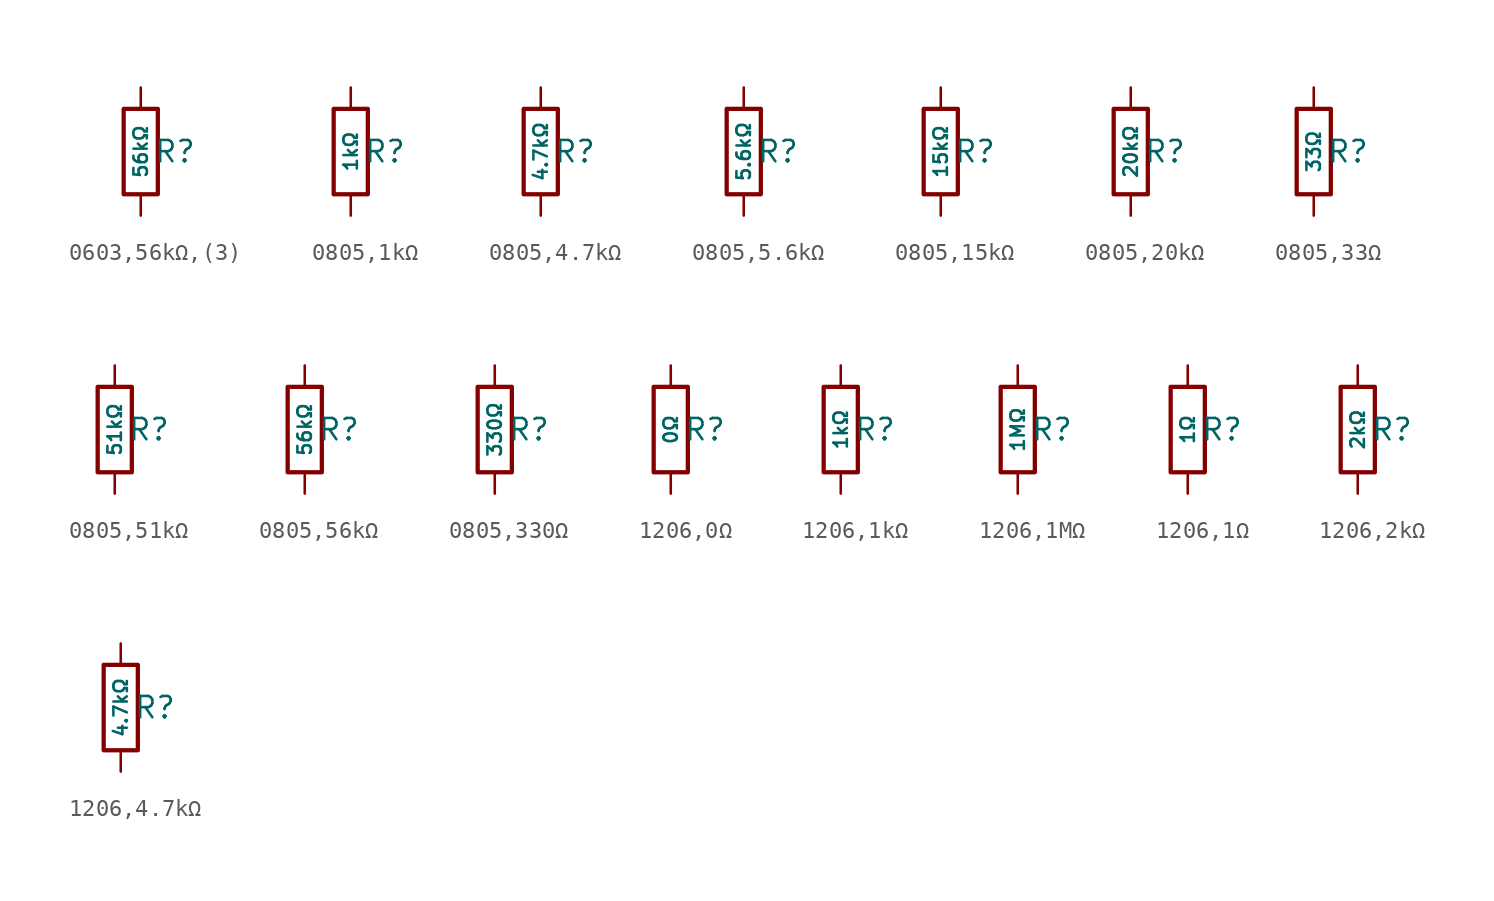
<source format=kicad_sym>
(kicad_symbol_lib
  (version 20231120)
  (generator "CDFER")
  (generator_version "8.0")
  (symbol "0603,56kΩ,(3)"
    (pin_numbers hide)
    (pin_names
      (offset 0))
    (property "Reference" "R"
      (at 2.032 0 0)
      (effects (font (size 1.27 1.27)) (hide no)))
    (property "Value" "56kΩ"
      (at 0 0 90)
      (do_not_autoplace)
      (effects (font (size 0.8 0.8)) (hide no)))
    (symbol "0603,56kΩ,(3)_0_1"
      (rectangle (start -1.016 2.54) (end 1.016 -2.54) (stroke (width 0.254) (type default)) (fill (type none))))
    (symbol "0603,56kΩ,(3)_1_1"
      (pin passive line (at 0 3.81 270) (length 1.27) (name "~" (effects (font (size 1.27 1.27)))) (number "1" (effects (font (size 1.27 1.27)))))
      (pin passive line (at 0 -3.81 90) (length 1.27) (name "~" (effects (font (size 1.27 1.27)))) (number "2" (effects (font (size 1.27 1.27)))))))
  (symbol "0805,1kΩ"
    (pin_numbers hide)
    (pin_names
      (offset 0))
    (property "Reference" "R"
      (at 2.032 0 0)
      (effects (font (size 1.27 1.27)) (hide no)))
    (property "Value" "1kΩ"
      (at 0 0 90)
      (do_not_autoplace)
      (effects (font (size 0.8 0.8)) (hide no)))
    (symbol "0805,1kΩ_0_1"
      (rectangle (start -1.016 2.54) (end 1.016 -2.54) (stroke (width 0.254) (type default)) (fill (type none))))
    (symbol "0805,1kΩ_1_1"
      (pin passive line (at 0 3.81 270) (length 1.27) (name "~" (effects (font (size 1.27 1.27)))) (number "1" (effects (font (size 1.27 1.27)))))
      (pin passive line (at 0 -3.81 90) (length 1.27) (name "~" (effects (font (size 1.27 1.27)))) (number "2" (effects (font (size 1.27 1.27)))))))
  (symbol "0805,4.7kΩ"
    (pin_numbers hide)
    (pin_names
      (offset 0))
    (property "Reference" "R"
      (at 2.032 0 0)
      (effects (font (size 1.27 1.27)) (hide no)))
    (property "Value" "4.7kΩ"
      (at 0 0 90)
      (do_not_autoplace)
      (effects (font (size 0.8 0.8)) (hide no)))
    (symbol "0805,4.7kΩ_0_1"
      (rectangle (start -1.016 2.54) (end 1.016 -2.54) (stroke (width 0.254) (type default)) (fill (type none))))
    (symbol "0805,4.7kΩ_1_1"
      (pin passive line (at 0 3.81 270) (length 1.27) (name "~" (effects (font (size 1.27 1.27)))) (number "1" (effects (font (size 1.27 1.27)))))
      (pin passive line (at 0 -3.81 90) (length 1.27) (name "~" (effects (font (size 1.27 1.27)))) (number "2" (effects (font (size 1.27 1.27)))))))
  (symbol "0805,5.6kΩ"
    (pin_numbers hide)
    (pin_names
      (offset 0))
    (property "Reference" "R"
      (at 2.032 0 0)
      (effects (font (size 1.27 1.27)) (hide no)))
    (property "Value" "5.6kΩ"
      (at 0 0 90)
      (do_not_autoplace)
      (effects (font (size 0.8 0.8)) (hide no)))
    (symbol "0805,5.6kΩ_0_1"
      (rectangle (start -1.016 2.54) (end 1.016 -2.54) (stroke (width 0.254) (type default)) (fill (type none))))
    (symbol "0805,5.6kΩ_1_1"
      (pin passive line (at 0 3.81 270) (length 1.27) (name "~" (effects (font (size 1.27 1.27)))) (number "1" (effects (font (size 1.27 1.27)))))
      (pin passive line (at 0 -3.81 90) (length 1.27) (name "~" (effects (font (size 1.27 1.27)))) (number "2" (effects (font (size 1.27 1.27)))))))
  (symbol "0805,15kΩ"
    (pin_numbers hide)
    (pin_names
      (offset 0))
    (property "Reference" "R"
      (at 2.032 0 0)
      (effects (font (size 1.27 1.27)) (hide no)))
    (property "Value" "15kΩ"
      (at 0 0 90)
      (do_not_autoplace)
      (effects (font (size 0.8 0.8)) (hide no)))
    (symbol "0805,15kΩ_0_1"
      (rectangle (start -1.016 2.54) (end 1.016 -2.54) (stroke (width 0.254) (type default)) (fill (type none))))
    (symbol "0805,15kΩ_1_1"
      (pin passive line (at 0 3.81 270) (length 1.27) (name "~" (effects (font (size 1.27 1.27)))) (number "1" (effects (font (size 1.27 1.27)))))
      (pin passive line (at 0 -3.81 90) (length 1.27) (name "~" (effects (font (size 1.27 1.27)))) (number "2" (effects (font (size 1.27 1.27)))))))
  (symbol "0805,20kΩ"
    (pin_numbers hide)
    (pin_names
      (offset 0))
    (property "Reference" "R"
      (at 2.032 0 0)
      (effects (font (size 1.27 1.27)) (hide no)))
    (property "Value" "20kΩ"
      (at 0 0 90)
      (do_not_autoplace)
      (effects (font (size 0.8 0.8)) (hide no)))
    (symbol "0805,20kΩ_0_1"
      (rectangle (start -1.016 2.54) (end 1.016 -2.54) (stroke (width 0.254) (type default)) (fill (type none))))
    (symbol "0805,20kΩ_1_1"
      (pin passive line (at 0 3.81 270) (length 1.27) (name "~" (effects (font (size 1.27 1.27)))) (number "1" (effects (font (size 1.27 1.27)))))
      (pin passive line (at 0 -3.81 90) (length 1.27) (name "~" (effects (font (size 1.27 1.27)))) (number "2" (effects (font (size 1.27 1.27)))))))
  (symbol "0805,33Ω"
    (pin_numbers hide)
    (pin_names
      (offset 0))
    (property "Reference" "R"
      (at 2.032 0 0)
      (effects (font (size 1.27 1.27)) (hide no)))
    (property "Value" "33Ω"
      (at 0 0 90)
      (do_not_autoplace)
      (effects (font (size 0.8 0.8)) (hide no)))
    (symbol "0805,33Ω_0_1"
      (rectangle (start -1.016 2.54) (end 1.016 -2.54) (stroke (width 0.254) (type default)) (fill (type none))))
    (symbol "0805,33Ω_1_1"
      (pin passive line (at 0 3.81 270) (length 1.27) (name "~" (effects (font (size 1.27 1.27)))) (number "1" (effects (font (size 1.27 1.27)))))
      (pin passive line (at 0 -3.81 90) (length 1.27) (name "~" (effects (font (size 1.27 1.27)))) (number "2" (effects (font (size 1.27 1.27)))))))
  (symbol "0805,51kΩ"
    (pin_numbers hide)
    (pin_names
      (offset 0))
    (property "Reference" "R"
      (at 2.032 0 0)
      (effects (font (size 1.27 1.27)) (hide no)))
    (property "Value" "51kΩ"
      (at 0 0 90)
      (do_not_autoplace)
      (effects (font (size 0.8 0.8)) (hide no)))
    (symbol "0805,51kΩ_0_1"
      (rectangle (start -1.016 2.54) (end 1.016 -2.54) (stroke (width 0.254) (type default)) (fill (type none))))
    (symbol "0805,51kΩ_1_1"
      (pin passive line (at 0 3.81 270) (length 1.27) (name "~" (effects (font (size 1.27 1.27)))) (number "1" (effects (font (size 1.27 1.27)))))
      (pin passive line (at 0 -3.81 90) (length 1.27) (name "~" (effects (font (size 1.27 1.27)))) (number "2" (effects (font (size 1.27 1.27)))))))
  (symbol "0805,56kΩ"
    (pin_numbers hide)
    (pin_names
      (offset 0))
    (property "Reference" "R"
      (at 2.032 0 0)
      (effects (font (size 1.27 1.27)) (hide no)))
    (property "Value" "56kΩ"
      (at 0 0 90)
      (do_not_autoplace)
      (effects (font (size 0.8 0.8)) (hide no)))
    (symbol "0805,56kΩ_0_1"
      (rectangle (start -1.016 2.54) (end 1.016 -2.54) (stroke (width 0.254) (type default)) (fill (type none))))
    (symbol "0805,56kΩ_1_1"
      (pin passive line (at 0 3.81 270) (length 1.27) (name "~" (effects (font (size 1.27 1.27)))) (number "1" (effects (font (size 1.27 1.27)))))
      (pin passive line (at 0 -3.81 90) (length 1.27) (name "~" (effects (font (size 1.27 1.27)))) (number "2" (effects (font (size 1.27 1.27)))))))
  (symbol "0805,330Ω"
    (pin_numbers hide)
    (pin_names
      (offset 0))
    (property "Reference" "R"
      (at 2.032 0 0)
      (effects (font (size 1.27 1.27)) (hide no)))
    (property "Value" "330Ω"
      (at 0 0 90)
      (do_not_autoplace)
      (effects (font (size 0.8 0.8)) (hide no)))
    (symbol "0805,330Ω_0_1"
      (rectangle (start -1.016 2.54) (end 1.016 -2.54) (stroke (width 0.254) (type default)) (fill (type none))))
    (symbol "0805,330Ω_1_1"
      (pin passive line (at 0 3.81 270) (length 1.27) (name "~" (effects (font (size 1.27 1.27)))) (number "1" (effects (font (size 1.27 1.27)))))
      (pin passive line (at 0 -3.81 90) (length 1.27) (name "~" (effects (font (size 1.27 1.27)))) (number "2" (effects (font (size 1.27 1.27)))))))
  (symbol "1206,0Ω"
    (pin_numbers hide)
    (pin_names
      (offset 0))
    (property "Reference" "R"
      (at 2.032 0 0)
      (effects (font (size 1.27 1.27)) (hide no)))
    (property "Value" "0Ω"
      (at 0 0 90)
      (do_not_autoplace)
      (effects (font (size 0.8 0.8)) (hide no)))
    (symbol "1206,0Ω_0_1"
      (rectangle (start -1.016 2.54) (end 1.016 -2.54) (stroke (width 0.254) (type default)) (fill (type none))))
    (symbol "1206,0Ω_1_1"
      (pin passive line (at 0 3.81 270) (length 1.27) (name "~" (effects (font (size 1.27 1.27)))) (number "1" (effects (font (size 1.27 1.27)))))
      (pin passive line (at 0 -3.81 90) (length 1.27) (name "~" (effects (font (size 1.27 1.27)))) (number "2" (effects (font (size 1.27 1.27)))))))
  (symbol "1206,1kΩ"
    (pin_numbers hide)
    (pin_names
      (offset 0))
    (property "Reference" "R"
      (at 2.032 0 0)
      (effects (font (size 1.27 1.27)) (hide no)))
    (property "Value" "1kΩ"
      (at 0 0 90)
      (do_not_autoplace)
      (effects (font (size 0.8 0.8)) (hide no)))
    (symbol "1206,1kΩ_0_1"
      (rectangle (start -1.016 2.54) (end 1.016 -2.54) (stroke (width 0.254) (type default)) (fill (type none))))
    (symbol "1206,1kΩ_1_1"
      (pin passive line (at 0 3.81 270) (length 1.27) (name "~" (effects (font (size 1.27 1.27)))) (number "1" (effects (font (size 1.27 1.27)))))
      (pin passive line (at 0 -3.81 90) (length 1.27) (name "~" (effects (font (size 1.27 1.27)))) (number "2" (effects (font (size 1.27 1.27)))))))
  (symbol "1206,1MΩ"
    (pin_numbers hide)
    (pin_names
      (offset 0))
    (property "Reference" "R"
      (at 2.032 0 0)
      (effects (font (size 1.27 1.27)) (hide no)))
    (property "Value" "1MΩ"
      (at 0 0 90)
      (do_not_autoplace)
      (effects (font (size 0.8 0.8)) (hide no)))
    (symbol "1206,1MΩ_0_1"
      (rectangle (start -1.016 2.54) (end 1.016 -2.54) (stroke (width 0.254) (type default)) (fill (type none))))
    (symbol "1206,1MΩ_1_1"
      (pin passive line (at 0 3.81 270) (length 1.27) (name "~" (effects (font (size 1.27 1.27)))) (number "1" (effects (font (size 1.27 1.27)))))
      (pin passive line (at 0 -3.81 90) (length 1.27) (name "~" (effects (font (size 1.27 1.27)))) (number "2" (effects (font (size 1.27 1.27)))))))
  (symbol "1206,1Ω"
    (pin_numbers hide)
    (pin_names
      (offset 0))
    (property "Reference" "R"
      (at 2.032 0 0)
      (effects (font (size 1.27 1.27)) (hide no)))
    (property "Value" "1Ω"
      (at 0 0 90)
      (do_not_autoplace)
      (effects (font (size 0.8 0.8)) (hide no)))
    (symbol "1206,1Ω_0_1"
      (rectangle (start -1.016 2.54) (end 1.016 -2.54) (stroke (width 0.254) (type default)) (fill (type none))))
    (symbol "1206,1Ω_1_1"
      (pin passive line (at 0 3.81 270) (length 1.27) (name "~" (effects (font (size 1.27 1.27)))) (number "1" (effects (font (size 1.27 1.27)))))
      (pin passive line (at 0 -3.81 90) (length 1.27) (name "~" (effects (font (size 1.27 1.27)))) (number "2" (effects (font (size 1.27 1.27)))))))
  (symbol "1206,2kΩ"
    (pin_numbers hide)
    (pin_names
      (offset 0))
    (property "Reference" "R"
      (at 2.032 0 0)
      (effects (font (size 1.27 1.27)) (hide no)))
    (property "Value" "2kΩ"
      (at 0 0 90)
      (do_not_autoplace)
      (effects (font (size 0.8 0.8)) (hide no)))
    (symbol "1206,2kΩ_0_1"
      (rectangle (start -1.016 2.54) (end 1.016 -2.54) (stroke (width 0.254) (type default)) (fill (type none))))
    (symbol "1206,2kΩ_1_1"
      (pin passive line (at 0 3.81 270) (length 1.27) (name "~" (effects (font (size 1.27 1.27)))) (number "1" (effects (font (size 1.27 1.27)))))
      (pin passive line (at 0 -3.81 90) (length 1.27) (name "~" (effects (font (size 1.27 1.27)))) (number "2" (effects (font (size 1.27 1.27)))))))
  (symbol "1206,4.7kΩ"
    (pin_numbers hide)
    (pin_names
      (offset 0))
    (property "Reference" "R"
      (at 2.032 0 0)
      (effects (font (size 1.27 1.27)) (hide no)))
    (property "Value" "4.7kΩ"
      (at 0 0 90)
      (do_not_autoplace)
      (effects (font (size 0.8 0.8)) (hide no)))
    (symbol "1206,4.7kΩ_0_1"
      (rectangle (start -1.016 2.54) (end 1.016 -2.54) (stroke (width 0.254) (type default)) (fill (type none))))
    (symbol "1206,4.7kΩ_1_1"
      (pin passive line (at 0 3.81 270) (length 1.27) (name "~" (effects (font (size 1.27 1.27)))) (number "1" (effects (font (size 1.27 1.27)))))
      (pin passive line (at 0 -3.81 90) (length 1.27) (name "~" (effects (font (size 1.27 1.27)))) (number "2" (effects (font (size 1.27 1.27))))))))
</source>
